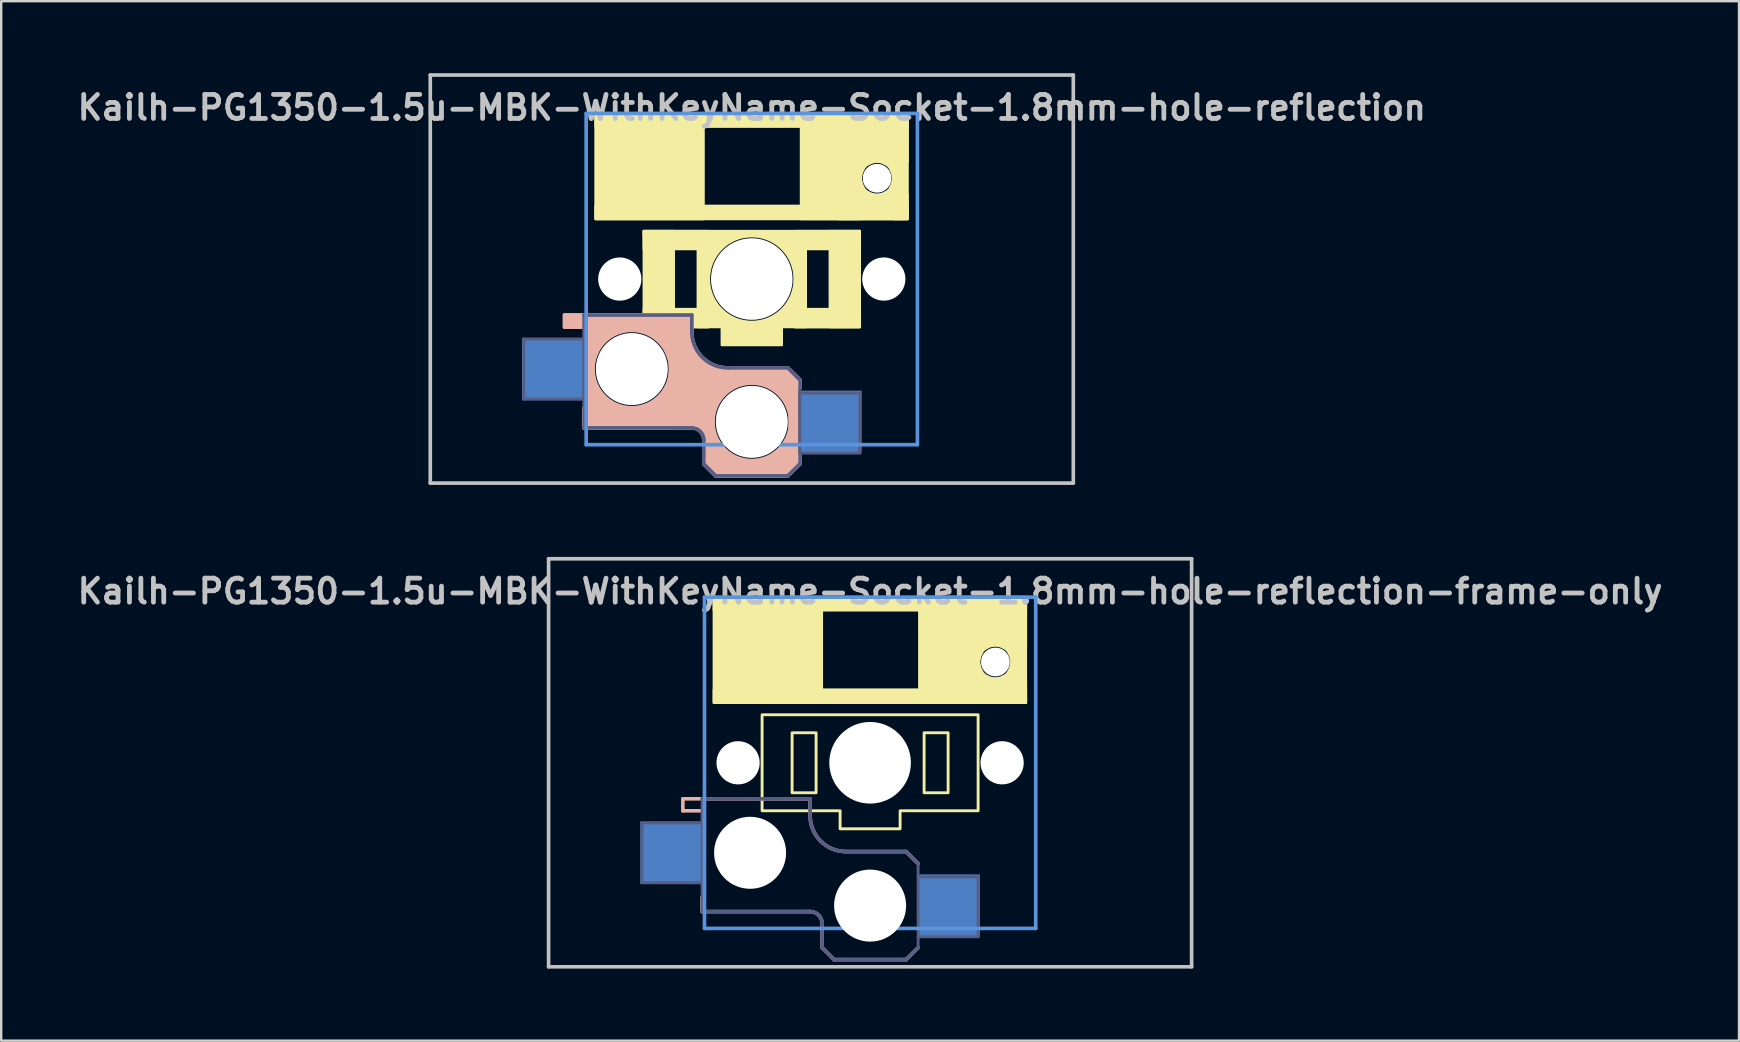
<source format=kicad_pcb>
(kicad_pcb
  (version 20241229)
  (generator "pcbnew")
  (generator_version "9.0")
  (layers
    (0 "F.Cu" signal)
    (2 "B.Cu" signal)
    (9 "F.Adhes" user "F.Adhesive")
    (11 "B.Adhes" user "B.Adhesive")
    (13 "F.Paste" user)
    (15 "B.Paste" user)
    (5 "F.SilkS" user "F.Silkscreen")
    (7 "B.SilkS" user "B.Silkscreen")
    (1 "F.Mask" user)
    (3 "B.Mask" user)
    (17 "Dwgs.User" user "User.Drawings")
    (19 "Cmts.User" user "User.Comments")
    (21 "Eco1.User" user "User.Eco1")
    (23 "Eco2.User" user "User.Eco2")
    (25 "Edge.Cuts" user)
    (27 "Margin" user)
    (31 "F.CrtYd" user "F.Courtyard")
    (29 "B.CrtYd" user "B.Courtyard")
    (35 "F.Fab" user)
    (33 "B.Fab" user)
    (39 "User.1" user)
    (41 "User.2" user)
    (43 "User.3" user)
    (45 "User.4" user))
  (footprint "Kailh-PG1350-1.5u-MBK-WithKeyName-Socket-1.8mm-hole-reflection-frame-only"
    (layer "F.Cu")
    (at 33.2 28.729)
    (property "Reference" "Kailh-PG1350-1.5u-MBK-WithKeyName-Socket-1.8mm-hole-reflection-frame-only" (at 0 -7.144 180) (layer "Dwgs.User") (effects (font (size 1 1) (thickness 0.2))))
    (attr through_hole)
    (fp_rect (start -3.25 -1.25) (end -2.25 1.25) (stroke (width 0.12) (type solid)) (fill no) (layer "F.SilkS"))
    (fp_rect (start 2.25 -1.25) (end 3.25 1.25) (stroke (width 0.12) (type solid)) (fill no) (layer "F.SilkS"))
    (fp_poly (pts (xy -2.01 -6.9) (xy -6.51 -6.9) (xy -6.51 -2.5) (xy -2.01 -2.5)) (stroke (width 0.1) (type solid)) (fill yes) (layer "F.SilkS"))
    (fp_poly (pts (xy 4.54 -6.9) (xy 2.05 -6.9) (xy 2.05 -2.5) (xy 4.54 -2.5)) (stroke (width 0.1) (type solid)) (fill yes) (layer "F.SilkS"))
    (fp_poly (pts (xy 6.49 -6.9) (xy -6.51 -6.9) (xy -6.51 -6.35) (xy 6.49 -6.35)) (stroke (width 0.1) (type solid)) (fill yes) (layer "F.SilkS"))
    (fp_poly (pts (xy 6.49 -6.9) (xy 3.59 -6.9) (xy 3.59 -4.89) (xy 6.49 -4.89)) (stroke (width 0.1) (type solid)) (fill yes) (layer "F.SilkS"))
    (fp_poly (pts (xy 6.49 -6.9) (xy 5.89 -6.9) (xy 5.89 -2.5) (xy 6.49 -2.5)) (stroke (width 0.1) (type solid)) (fill yes) (layer "F.SilkS"))
    (fp_poly (pts (xy 6.49 -3.51) (xy 3.59 -3.51) (xy 3.59 -2.5) (xy 6.49 -2.5)) (stroke (width 0.1) (type solid)) (fill yes) (layer "F.SilkS"))
    (fp_poly (pts (xy 6.49 -3.05) (xy -6.51 -3.05) (xy -6.51 -2.5) (xy 6.49 -2.5)) (stroke (width 0.1) (type solid)) (fill yes) (layer "F.SilkS"))
    (fp_poly (pts (xy 4.59 -4.45) (xy 4.69 -4.65) (xy 4.79 -4.75) (xy 4.99 -4.85) (xy 5.19 -4.9) (xy 4.54 -4.9) (xy 4.54 -4.25)) (stroke (width 0.1) (type solid)) (fill yes) (layer "F.SilkS"))
    (fp_poly (pts (xy 4.99 -3.55) (xy 4.79 -3.65) (xy 4.69 -3.75) (xy 4.59 -3.95) (xy 4.54 -4.15) (xy 4.54 -3.5) (xy 5.19 -3.5)) (stroke (width 0.1) (type solid)) (fill yes) (layer "F.SilkS"))
    (fp_poly (pts (xy 5.44 -4.85) (xy 5.64 -4.75) (xy 5.74 -4.65) (xy 5.84 -4.45) (xy 5.89 -4.25) (xy 5.89 -4.9) (xy 5.24 -4.9)) (stroke (width 0.1) (type solid)) (fill yes) (layer "F.SilkS"))
    (fp_poly (pts (xy 5.84 -3.95) (xy 5.74 -3.75) (xy 5.64 -3.65) (xy 5.44 -3.55) (xy 5.24 -3.5) (xy 5.89 -3.5) (xy 5.89 -4.15)) (stroke (width 0.1) (type solid)) (fill yes) (layer "F.SilkS"))
    (fp_poly (pts (xy 4.5 2) (xy 1.25 2) (xy 1.25 2.75) (xy -1.25 2.75) (xy -1.25 2) (xy -4.5 2) (xy -4.5 -2) (xy 4.5 -2)) (stroke (width 0.12) (type solid)) (fill no) (layer "F.SilkS"))
    (fp_line (start -7.8 1.5) (end -7.8 2) (stroke (width 0.15) (type solid)) (layer "B.SilkS"))
    (fp_line (start -7 2) (end -7.8 2) (stroke (width 0.15) (type solid)) (layer "B.SilkS"))
    (fp_line (start -7 5.6) (end -7 6.2) (stroke (width 0.15) (type solid)) (layer "B.SilkS"))
    (fp_line (start -7 6.2) (end -2.5 6.2) (stroke (width 0.15) (type solid)) (layer "B.SilkS"))
    (fp_line (start -2.5 1.5) (end -7.8 1.5) (stroke (width 0.15) (type solid)) (layer "B.SilkS"))
    (fp_line (start -2.5 2.2) (end -2.5 1.5) (stroke (width 0.15) (type solid)) (layer "B.SilkS"))
    (fp_line (start -2 6.7) (end -2 7.7) (stroke (width 0.15) (type solid)) (layer "B.SilkS"))
    (fp_line (start -1.5 8.2) (end -2 7.7) (stroke (width 0.15) (type solid)) (layer "B.SilkS"))
    (fp_line (start 1.5 3.7) (end -1 3.7) (stroke (width 0.15) (type solid)) (layer "B.SilkS"))
    (fp_line (start 1.5 8.2) (end -1.5 8.2) (stroke (width 0.15) (type solid)) (layer "B.SilkS"))
    (fp_line (start 2 4.2) (end 1.5 3.7) (stroke (width 0.15) (type solid)) (layer "B.SilkS"))
    (fp_line (start 2 7.7) (end 1.5 8.2) (stroke (width 0.15) (type solid)) (layer "B.SilkS"))
    (fp_arc (start -2.5 6.2) (mid -2.146447 6.346447) (end -2 6.7) (stroke (width 0.15) (type solid)) (layer "B.SilkS"))
    (fp_arc (start -1 3.7) (mid -2.06066 3.26066) (end -2.5 2.2) (stroke (width 0.15) (type solid)) (layer "B.SilkS"))
    (fp_line (start -13.395 -8.5) (end 13.395 -8.5) (stroke (width 0.152) (type solid)) (layer "Dwgs.User"))
    (fp_line (start -13.395 8.5) (end -13.395 -8.5) (stroke (width 0.152) (type solid)) (layer "Dwgs.User"))
    (fp_line (start 13.395 -8.5) (end 13.395 8.5) (stroke (width 0.152) (type solid)) (layer "Dwgs.User"))
    (fp_line (start 13.395 8.5) (end -13.395 8.5) (stroke (width 0.152) (type solid)) (layer "Dwgs.User"))
    (fp_line (start -6.9 -6.9) (end 6.9 -6.9) (stroke (width 0.152) (type solid)) (layer "Cmts.User"))
    (fp_line (start -6.9 6.9) (end -6.9 -6.9) (stroke (width 0.152) (type solid)) (layer "Cmts.User"))
    (fp_line (start 6.9 -6.9) (end 6.9 6.9) (stroke (width 0.152) (type solid)) (layer "Cmts.User"))
    (fp_line (start 6.9 6.9) (end -6.9 6.9) (stroke (width 0.152) (type solid)) (layer "Cmts.User"))
    (fp_line (start -7.5 -7.5) (end 7.5 -7.5) (stroke (width 0.152) (type solid)) (layer "Eco2.User"))
    (fp_line (start -7.5 7.5) (end -7.5 -7.5) (stroke (width 0.152) (type solid)) (layer "Eco2.User"))
    (fp_line (start -2.6 -3.1) (end -2.6 -6.3) (stroke (width 0.15) (type solid)) (layer "Eco2.User"))
    (fp_line (start -2.6 -3.1) (end 2.6 -3.1) (stroke (width 0.15) (type solid)) (layer "Eco2.User"))
    (fp_line (start 2.6 -6.3) (end -2.6 -6.3) (stroke (width 0.15) (type solid)) (layer "Eco2.User"))
    (fp_line (start 2.6 -3.1) (end 2.6 -6.3) (stroke (width 0.15) (type solid)) (layer "Eco2.User"))
    (fp_line (start 7.5 -7.5) (end 7.5 7.5) (stroke (width 0.152) (type solid)) (layer "Eco2.User"))
    (fp_line (start 7.5 7.5) (end -7.5 7.5) (stroke (width 0.152) (type solid)) (layer "Eco2.User"))
    (fp_line (start -9.5 2.5) (end -7 2.5) (stroke (width 0.12) (type solid)) (layer "B.Fab"))
    (fp_line (start -9.5 5) (end -9.5 2.5) (stroke (width 0.12) (type solid)) (layer "B.Fab"))
    (fp_line (start -7 1.5) (end -7 6.2) (stroke (width 0.12) (type solid)) (layer "B.Fab"))
    (fp_line (start -7 5) (end -9.5 5) (stroke (width 0.12) (type solid)) (layer "B.Fab"))
    (fp_line (start -7 6.2) (end -2.5 6.2) (stroke (width 0.15) (type solid)) (layer "B.Fab"))
    (fp_line (start -2.5 1.5) (end -7 1.5) (stroke (width 0.15) (type solid)) (layer "B.Fab"))
    (fp_line (start -2.5 2.2) (end -2.5 1.5) (stroke (width 0.15) (type solid)) (layer "B.Fab"))
    (fp_line (start -2 6.7) (end -2 7.7) (stroke (width 0.15) (type solid)) (layer "B.Fab"))
    (fp_line (start -1.5 8.2) (end -2 7.7) (stroke (width 0.15) (type solid)) (layer "B.Fab"))
    (fp_line (start 1.5 3.7) (end -1 3.7) (stroke (width 0.15) (type solid)) (layer "B.Fab"))
    (fp_line (start 1.5 8.2) (end -1.5 8.2) (stroke (width 0.15) (type solid)) (layer "B.Fab"))
    (fp_line (start 2 4.2) (end 1.5 3.7) (stroke (width 0.15) (type solid)) (layer "B.Fab"))
    (fp_line (start 2 4.25) (end 2 7.7) (stroke (width 0.12) (type solid)) (layer "B.Fab"))
    (fp_line (start 2 4.75) (end 4.5 4.75) (stroke (width 0.12) (type solid)) (layer "B.Fab"))
    (fp_line (start 2 7.7) (end 1.5 8.2) (stroke (width 0.15) (type solid)) (layer "B.Fab"))
    (fp_line (start 4.5 4.75) (end 4.5 7.25) (stroke (width 0.12) (type solid)) (layer "B.Fab"))
    (fp_line (start 4.5 7.25) (end 2 7.25) (stroke (width 0.12) (type solid)) (layer "B.Fab"))
    (fp_arc (start -2.5 6.2) (mid -2.146447 6.346447) (end -2 6.7) (stroke (width 0.15) (type solid)) (layer "B.Fab"))
    (fp_arc (start -1 3.7) (mid -2.06066 3.26066) (end -2.5 2.2) (stroke (width 0.15) (type solid)) (layer "B.Fab"))
    (pad "" np_thru_hole circle (at -5.5 0 180) (size 1.8 1.8) (drill 1.8) (layers "*.Cu" "*.Mask"))
    (pad "" np_thru_hole circle (at -5 3.75) (size 3 3) (drill 3) (layers "*.Cu" "*.Mask"))
    (pad "" np_thru_hole circle (at 0 0 180) (size 3.4 3.4) (drill 3.4) (layers "*.Cu" "*.Mask"))
    (pad "" np_thru_hole circle (at 0 5.95) (size 3 3) (drill 3) (layers "*.Cu" "*.Mask"))
    (pad "" np_thru_hole circle (at 5.22 -4.2 180) (size 1.2 1.2) (drill 1.2) (layers "*.Cu" "*.Mask"))
    (pad "" np_thru_hole circle (at 5.5 0 180) (size 1.8 1.8) (drill 1.8) (layers "*.Cu" "*.Mask"))
    (pad "1" smd rect (at 3.275 5.95) (size 2.6 2.6) (layers "B.Cu" "B.Mask" "B.Paste"))
    (pad "2" smd rect (at -8.275 3.75) (size 2.6 2.6) (layers "B.Cu" "B.Mask" "B.Paste")))
  (footprint "Kailh-PG1350-1.5u-MBK-WithKeyName-Socket-1.8mm-hole-reflection"
    (layer "F.Cu")
    (at 28.271 8.576)
    (property "Reference" "Kailh-PG1350-1.5u-MBK-WithKeyName-Socket-1.8mm-hole-reflection" (at 0 -7.144 180) (layer "Dwgs.User") (effects (font (size 1 1) (thickness 0.2))))
    (attr through_hole)
    (fp_circle (center 0 0) (end 1.887 0) (stroke (width 0.3) (type solid)) (fill no) (layer "F.SilkS"))
    (fp_poly (pts (xy -1.85 0.95) (xy -1 1.8) (xy -1.85 1.8)) (stroke (width 0.12) (type solid)) (fill yes) (layer "F.SilkS"))
    (fp_poly (pts (xy -0.95 -1.75) (xy -1.8 -0.9) (xy -1.8 -1.75)) (stroke (width 0.12) (type solid)) (fill yes) (layer "F.SilkS"))
    (fp_poly (pts (xy 1 1.8) (xy 1.85 0.95) (xy 1.85 1.8)) (stroke (width 0.12) (type solid)) (fill yes) (layer "F.SilkS"))
    (fp_poly (pts (xy 1.8 -0.95) (xy 0.95 -1.8) (xy 1.8 -1.8)) (stroke (width 0.12) (type solid)) (fill yes) (layer "F.SilkS"))
    (fp_poly (pts (xy -3.25 2) (xy -4.5 2) (xy -4.5 -2) (xy -3.25 -2)) (stroke (width 0.1) (type solid)) (fill yes) (layer "F.SilkS"))
    (fp_poly (pts (xy -2.01 -6.9) (xy -6.51 -6.9) (xy -6.51 -2.5) (xy -2.01 -2.5)) (stroke (width 0.1) (type solid)) (fill yes) (layer "F.SilkS"))
    (fp_poly (pts (xy -1.8 -1.25) (xy -4.5 -1.25) (xy -4.5 -2) (xy -1.8 -2)) (stroke (width 0.1) (type solid)) (fill yes) (layer "F.SilkS"))
    (fp_poly (pts (xy -1.8 2) (xy -4.5 2) (xy -4.5 1.25) (xy -1.8 1.25)) (stroke (width 0.1) (type solid)) (fill yes) (layer "F.SilkS"))
    (fp_poly (pts (xy -1.8 2) (xy -2.25 2) (xy -2.25 -1.5) (xy -1.8 -1.5)) (stroke (width 0.1) (type solid)) (fill yes) (layer "F.SilkS"))
    (fp_poly (pts (xy 1.25 2.75) (xy -1.25 2.75) (xy -1.25 2) (xy 1.25 2)) (stroke (width 0.1) (type solid)) (fill yes) (layer "F.SilkS"))
    (fp_poly (pts (xy 2.25 2) (xy 1.8 2) (xy 1.8 -1.5) (xy 2.25 -1.5)) (stroke (width 0.1) (type solid)) (fill yes) (layer "F.SilkS"))
    (fp_poly (pts (xy 4.5 -1.8) (xy -4.5 -1.8) (xy -4.5 -2) (xy 4.5 -2)) (stroke (width 0.1) (type solid)) (fill yes) (layer "F.SilkS"))
    (fp_poly (pts (xy 4.5 -1.25) (xy 1.8 -1.25) (xy 1.8 -2) (xy 4.5 -2)) (stroke (width 0.1) (type solid)) (fill yes) (layer "F.SilkS"))
    (fp_poly (pts (xy 4.5 2) (xy -4.5 2) (xy -4.5 1.8) (xy 4.5 1.8)) (stroke (width 0.1) (type solid)) (fill yes) (layer "F.SilkS"))
    (fp_poly (pts (xy 4.5 2) (xy 1.8 2) (xy 1.8 1.25) (xy 4.5 1.25)) (stroke (width 0.1) (type solid)) (fill yes) (layer "F.SilkS"))
    (fp_poly (pts (xy 4.5 2) (xy 3.25 2) (xy 3.25 -2) (xy 4.5 -2)) (stroke (width 0.1) (type solid)) (fill yes) (layer "F.SilkS"))
    (fp_poly (pts (xy 4.54 -6.9) (xy 2.05 -6.9) (xy 2.05 -2.5) (xy 4.54 -2.5)) (stroke (width 0.1) (type solid)) (fill yes) (layer "F.SilkS"))
    (fp_poly (pts (xy 6.49 -6.9) (xy -6.51 -6.9) (xy -6.51 -6.35) (xy 6.49 -6.35)) (stroke (width 0.1) (type solid)) (fill yes) (layer "F.SilkS"))
    (fp_poly (pts (xy 6.49 -6.9) (xy 3.59 -6.9) (xy 3.59 -4.89) (xy 6.49 -4.89)) (stroke (width 0.1) (type solid)) (fill yes) (layer "F.SilkS"))
    (fp_poly (pts (xy 6.49 -6.9) (xy 5.89 -6.9) (xy 5.89 -2.5) (xy 6.49 -2.5)) (stroke (width 0.1) (type solid)) (fill yes) (layer "F.SilkS"))
    (fp_poly (pts (xy 6.49 -3.51) (xy 3.59 -3.51) (xy 3.59 -2.5) (xy 6.49 -2.5)) (stroke (width 0.1) (type solid)) (fill yes) (layer "F.SilkS"))
    (fp_poly (pts (xy 6.49 -3.05) (xy -6.51 -3.05) (xy -6.51 -2.5) (xy 6.49 -2.5)) (stroke (width 0.1) (type solid)) (fill yes) (layer "F.SilkS"))
    (fp_poly (pts (xy 4.59 -4.45) (xy 4.69 -4.65) (xy 4.79 -4.75) (xy 4.99 -4.85) (xy 5.19 -4.9) (xy 4.54 -4.9) (xy 4.54 -4.25)) (stroke (width 0.1) (type solid)) (fill yes) (layer "F.SilkS"))
    (fp_poly (pts (xy 4.99 -3.55) (xy 4.79 -3.65) (xy 4.69 -3.75) (xy 4.59 -3.95) (xy 4.54 -4.15) (xy 4.54 -3.5) (xy 5.19 -3.5)) (stroke (width 0.1) (type solid)) (fill yes) (layer "F.SilkS"))
    (fp_poly (pts (xy 5.44 -4.85) (xy 5.64 -4.75) (xy 5.74 -4.65) (xy 5.84 -4.45) (xy 5.89 -4.25) (xy 5.89 -4.9) (xy 5.24 -4.9)) (stroke (width 0.1) (type solid)) (fill yes) (layer "F.SilkS"))
    (fp_poly (pts (xy 5.84 -3.95) (xy 5.74 -3.75) (xy 5.64 -3.65) (xy 5.44 -3.55) (xy 5.24 -3.5) (xy 5.89 -3.5) (xy 5.89 -4.15)) (stroke (width 0.1) (type solid)) (fill yes) (layer "F.SilkS"))
    (fp_line (start -7.8 1.5) (end -7.8 2) (stroke (width 0.15) (type solid)) (layer "B.SilkS"))
    (fp_line (start -7 2) (end -7.8 2) (stroke (width 0.15) (type solid)) (layer "B.SilkS"))
    (fp_line (start -7 5.6) (end -7 6.2) (stroke (width 0.15) (type solid)) (layer "B.SilkS"))
    (fp_line (start -7 6.2) (end -2.5 6.2) (stroke (width 0.15) (type solid)) (layer "B.SilkS"))
    (fp_line (start -2.5 1.5) (end -7.8 1.5) (stroke (width 0.15) (type solid)) (layer "B.SilkS"))
    (fp_line (start -2.5 2.2) (end -2.5 1.5) (stroke (width 0.15) (type solid)) (layer "B.SilkS"))
    (fp_line (start -2 6.7) (end -2 7.7) (stroke (width 0.15) (type solid)) (layer "B.SilkS"))
    (fp_line (start -1.5 8.2) (end -2 7.7) (stroke (width 0.15) (type solid)) (layer "B.SilkS"))
    (fp_line (start 1.5 3.7) (end -1 3.7) (stroke (width 0.15) (type solid)) (layer "B.SilkS"))
    (fp_line (start 1.5 8.2) (end -1.5 8.2) (stroke (width 0.15) (type solid)) (layer "B.SilkS"))
    (fp_line (start 2 4.2) (end 1.5 3.7) (stroke (width 0.15) (type solid)) (layer "B.SilkS"))
    (fp_line (start 2 7.7) (end 1.5 8.2) (stroke (width 0.15) (type solid)) (layer "B.SilkS"))
    (fp_rect (start -7.8 1.5) (end -2.5 2) (stroke (width 0.15) (type solid)) (fill yes) (layer "B.SilkS"))
    (fp_arc (start -2.5 6.2) (mid -2.146447 6.346447) (end -2 6.7) (stroke (width 0.15) (type solid)) (layer "B.SilkS"))
    (fp_arc (start -1 3.7) (mid -2.06066 3.26066) (end -2.5 2.2) (stroke (width 0.15) (type solid)) (layer "B.SilkS"))
    (fp_circle (center -5 3.75) (end -3.263 3.75) (stroke (width 0.4) (type solid)) (fill no) (layer "B.SilkS"))
    (fp_circle (center 0 5.95) (end 1.737 5.95) (stroke (width 0.4) (type solid)) (fill no) (layer "B.SilkS"))
    (fp_poly (pts (xy -3.35 6.2) (xy -7 6.2) (xy -7 5.375) (xy -3.35 5.375)) (stroke (width 0.15) (type solid)) (fill yes) (layer "B.SilkS"))
    (fp_poly (pts (xy -2.5 6.2) (xy -3.4 6.2) (xy -3.4 1.5) (xy -2.5 1.5)) (stroke (width 0.12) (type solid)) (fill yes) (layer "B.SilkS"))
    (fp_poly (pts (xy 1.5 8.2) (xy -1.5 8.2) (xy -2 7.7) (xy 1.5 7.7)) (stroke (width 0.15) (type solid)) (fill yes) (layer "B.SilkS"))
    (fp_poly (pts (xy -6.875 1.975) (xy -6 1.975) (xy -6.737 3.75) (xy -6.2 5.3) (xy -6.875 5.3)) (stroke (width 0.12) (type solid)) (fill yes) (layer "B.SilkS"))
    (fp_poly (pts (xy -3.125 1.95) (xy -4.025 1.95) (xy -3.263 3.725) (xy -3.8 5.275) (xy -3.125 5.275)) (stroke (width 0.12) (type solid)) (fill yes) (layer "B.SilkS"))
    (fp_poly (pts (xy 2 4.2) (xy 2 4.55) (xy 1.875 4.55) (xy 1.875 7.35) (xy 2 7.35) (xy 2 7.7) (xy 1.6 8.1) (xy 1.6 7.65) (xy 0.95 7.65) (xy 1.6 7.025) (xy 1.6 3.8)) (stroke (width 0.15) (type solid)) (fill yes) (layer "B.SilkS"))
    (fp_poly (pts (xy -2.069 3.273) (xy -1.575 3.65) (xy -1 3.7) (xy 1.5 3.7) (xy 1.5 4.75) (xy 0 4.213) (xy -1.444 4.703) (xy -1.625 5.125) (xy -1.625 6.925) (xy -0.9 7.625) (xy -2 7.625) (xy -2 6.525) (xy -2.175 6.275) (xy -2.5 6.1) (xy -2.5 2.7)) (stroke (width 0.12) (type solid)) (fill yes) (layer "B.SilkS"))
    (fp_line (start -13.395 -8.5) (end 13.395 -8.5) (stroke (width 0.152) (type solid)) (layer "Dwgs.User"))
    (fp_line (start -13.395 8.5) (end -13.395 -8.5) (stroke (width 0.152) (type solid)) (layer "Dwgs.User"))
    (fp_line (start 13.395 -8.5) (end 13.395 8.5) (stroke (width 0.152) (type solid)) (layer "Dwgs.User"))
    (fp_line (start 13.395 8.5) (end -13.395 8.5) (stroke (width 0.152) (type solid)) (layer "Dwgs.User"))
    (fp_line (start -6.9 -6.9) (end 6.9 -6.9) (stroke (width 0.152) (type solid)) (layer "Cmts.User"))
    (fp_line (start -6.9 6.9) (end -6.9 -6.9) (stroke (width 0.152) (type solid)) (layer "Cmts.User"))
    (fp_line (start 6.9 -6.9) (end 6.9 6.9) (stroke (width 0.152) (type solid)) (layer "Cmts.User"))
    (fp_line (start 6.9 6.9) (end -6.9 6.9) (stroke (width 0.152) (type solid)) (layer "Cmts.User"))
    (fp_line (start -7.5 -7.5) (end 7.5 -7.5) (stroke (width 0.152) (type solid)) (layer "Eco2.User"))
    (fp_line (start -7.5 7.5) (end -7.5 -7.5) (stroke (width 0.152) (type solid)) (layer "Eco2.User"))
    (fp_line (start -2.6 -3.1) (end -2.6 -6.3) (stroke (width 0.15) (type solid)) (layer "Eco2.User"))
    (fp_line (start -2.6 -3.1) (end 2.6 -3.1) (stroke (width 0.15) (type solid)) (layer "Eco2.User"))
    (fp_line (start 2.6 -6.3) (end -2.6 -6.3) (stroke (width 0.15) (type solid)) (layer "Eco2.User"))
    (fp_line (start 2.6 -3.1) (end 2.6 -6.3) (stroke (width 0.15) (type solid)) (layer "Eco2.User"))
    (fp_line (start 7.5 -7.5) (end 7.5 7.5) (stroke (width 0.152) (type solid)) (layer "Eco2.User"))
    (fp_line (start 7.5 7.5) (end -7.5 7.5) (stroke (width 0.152) (type solid)) (layer "Eco2.User"))
    (fp_line (start -9.5 2.5) (end -7 2.5) (stroke (width 0.12) (type solid)) (layer "B.Fab"))
    (fp_line (start -9.5 5) (end -9.5 2.5) (stroke (width 0.12) (type solid)) (layer "B.Fab"))
    (fp_line (start -7 1.5) (end -7 6.2) (stroke (width 0.12) (type solid)) (layer "B.Fab"))
    (fp_line (start -7 5) (end -9.5 5) (stroke (width 0.12) (type solid)) (layer "B.Fab"))
    (fp_line (start -7 6.2) (end -2.5 6.2) (stroke (width 0.15) (type solid)) (layer "B.Fab"))
    (fp_line (start -2.5 1.5) (end -7 1.5) (stroke (width 0.15) (type solid)) (layer "B.Fab"))
    (fp_line (start -2.5 2.2) (end -2.5 1.5) (stroke (width 0.15) (type solid)) (layer "B.Fab"))
    (fp_line (start -2 6.7) (end -2 7.7) (stroke (width 0.15) (type solid)) (layer "B.Fab"))
    (fp_line (start -1.5 8.2) (end -2 7.7) (stroke (width 0.15) (type solid)) (layer "B.Fab"))
    (fp_line (start 1.5 3.7) (end -1 3.7) (stroke (width 0.15) (type solid)) (layer "B.Fab"))
    (fp_line (start 1.5 8.2) (end -1.5 8.2) (stroke (width 0.15) (type solid)) (layer "B.Fab"))
    (fp_line (start 2 4.2) (end 1.5 3.7) (stroke (width 0.15) (type solid)) (layer "B.Fab"))
    (fp_line (start 2 4.25) (end 2 7.7) (stroke (width 0.12) (type solid)) (layer "B.Fab"))
    (fp_line (start 2 4.75) (end 4.5 4.75) (stroke (width 0.12) (type solid)) (layer "B.Fab"))
    (fp_line (start 2 7.7) (end 1.5 8.2) (stroke (width 0.15) (type solid)) (layer "B.Fab"))
    (fp_line (start 4.5 4.75) (end 4.5 7.25) (stroke (width 0.12) (type solid)) (layer "B.Fab"))
    (fp_line (start 4.5 7.25) (end 2 7.25) (stroke (width 0.12) (type solid)) (layer "B.Fab"))
    (fp_arc (start -2.5 6.2) (mid -2.146447 6.346447) (end -2 6.7) (stroke (width 0.15) (type solid)) (layer "B.Fab"))
    (fp_arc (start -1 3.7) (mid -2.06066 3.26066) (end -2.5 2.2) (stroke (width 0.15) (type solid)) (layer "B.Fab"))
    (pad "" np_thru_hole circle (at -5.5 0 180) (size 1.8 1.8) (drill 1.8) (layers "*.Cu" "*.Mask"))
    (pad "" np_thru_hole circle (at -5 3.75) (size 3 3) (drill 3) (layers "*.Cu" "*.Mask"))
    (pad "" np_thru_hole circle (at 0 0 180) (size 3.4 3.4) (drill 3.4) (layers "*.Cu" "*.Mask"))
    (pad "" np_thru_hole circle (at 0 5.95) (size 3 3) (drill 3) (layers "*.Cu" "*.Mask"))
    (pad "" np_thru_hole circle (at 5.22 -4.2 180) (size 1.2 1.2) (drill 1.2) (layers "*.Cu" "*.Mask"))
    (pad "" np_thru_hole circle (at 5.5 0 180) (size 1.8 1.8) (drill 1.8) (layers "*.Cu" "*.Mask"))
    (pad "1" smd rect (at 3.275 5.95) (size 2.6 2.6) (layers "B.Cu" "B.Mask" "B.Paste"))
    (pad "2" smd rect (at -8.275 3.75) (size 2.6 2.6) (layers "B.Cu" "B.Mask" "B.Paste")))
  (gr_rect
    (start -3 -3)
    (end 69.4 40.305)
    (stroke (width 0.1) (type default))
    (fill no)
    (layer "Edge.Cuts")))
</source>
